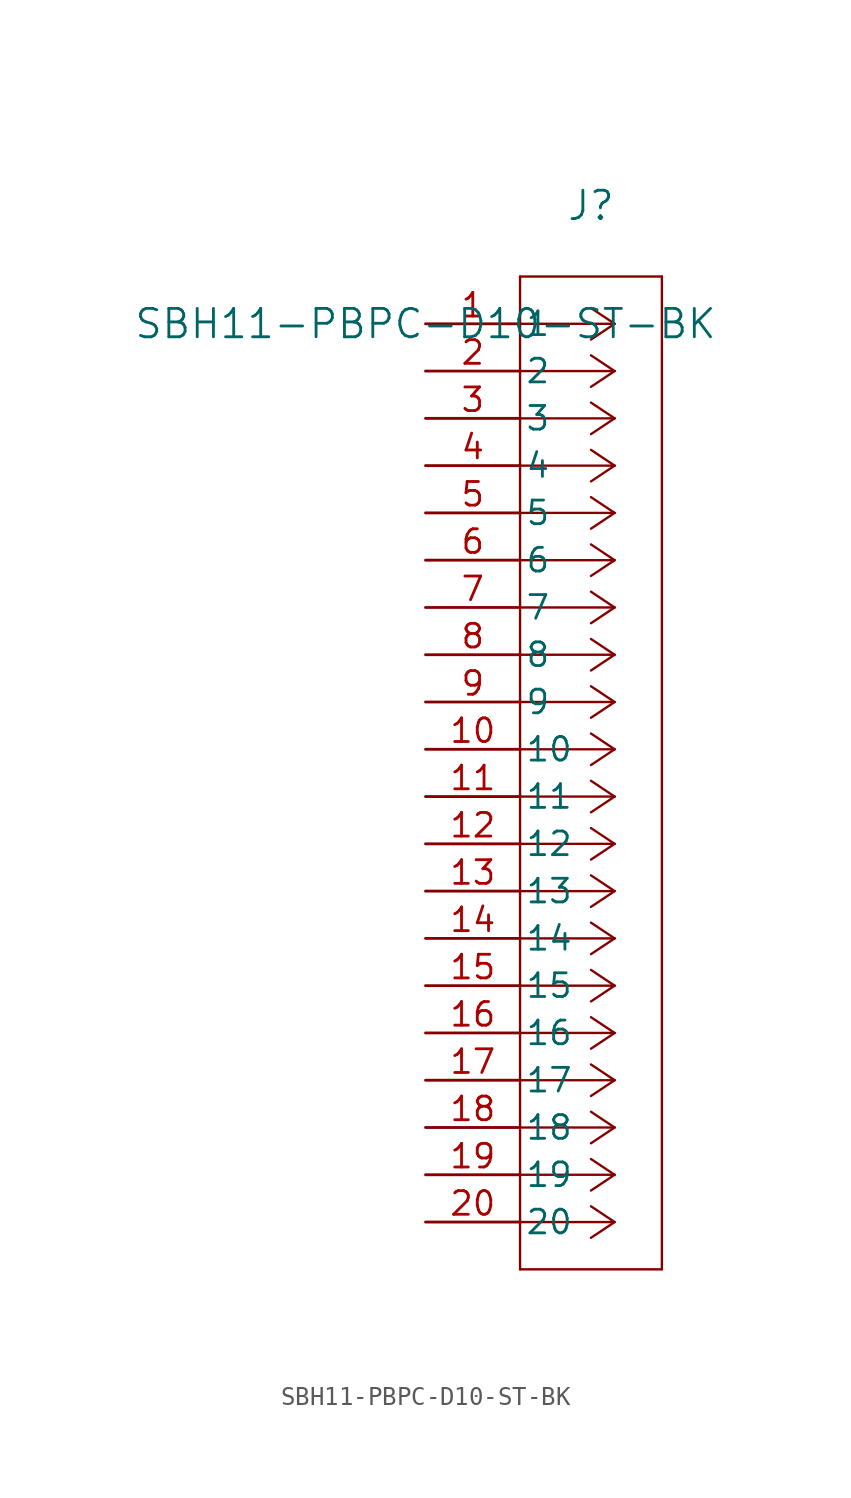
<source format=kicad_sym>
(kicad_symbol_lib
  (version 20211014)
  (generator kicad_symbol_editor)
  (symbol "SBH11-PBPC-D10-ST-BK"
    (pin_names
      (offset 0.254))
    (property "Reference" "J"
      (at 8.89 6.35 0)
      (effects (font (size 1.524 1.524))))
    (property "Value" "SBH11-PBPC-D10-ST-BK"
      (at 0 0 0)
      (effects (font (size 1.524 1.524))))
    (symbol "SBH11-PBPC-D10-ST-BK_0_1"
      (polyline (pts (xy 10.16 0) (xy 5.08 0)) (stroke (width 0.127) (type default) (color 0 0 0 0)) (fill (type none)))
      (polyline (pts (xy 10.16 -2.54) (xy 5.08 -2.54)) (stroke (width 0.127) (type default) (color 0 0 0 0)) (fill (type none)))
      (polyline (pts (xy 10.16 -5.08) (xy 5.08 -5.08)) (stroke (width 0.127) (type default) (color 0 0 0 0)) (fill (type none)))
      (polyline (pts (xy 10.16 -7.62) (xy 5.08 -7.62)) (stroke (width 0.127) (type default) (color 0 0 0 0)) (fill (type none)))
      (polyline (pts (xy 10.16 -10.16) (xy 5.08 -10.16)) (stroke (width 0.127) (type default) (color 0 0 0 0)) (fill (type none)))
      (polyline (pts (xy 10.16 -12.7) (xy 5.08 -12.7)) (stroke (width 0.127) (type default) (color 0 0 0 0)) (fill (type none)))
      (polyline (pts (xy 10.16 -15.24) (xy 5.08 -15.24)) (stroke (width 0.127) (type default) (color 0 0 0 0)) (fill (type none)))
      (polyline (pts (xy 10.16 -17.78) (xy 5.08 -17.78)) (stroke (width 0.127) (type default) (color 0 0 0 0)) (fill (type none)))
      (polyline (pts (xy 10.16 -20.32) (xy 5.08 -20.32)) (stroke (width 0.127) (type default) (color 0 0 0 0)) (fill (type none)))
      (polyline (pts (xy 10.16 -22.86) (xy 5.08 -22.86)) (stroke (width 0.127) (type default) (color 0 0 0 0)) (fill (type none)))
      (polyline (pts (xy 10.16 -25.4) (xy 5.08 -25.4)) (stroke (width 0.127) (type default) (color 0 0 0 0)) (fill (type none)))
      (polyline (pts (xy 10.16 -27.94) (xy 5.08 -27.94)) (stroke (width 0.127) (type default) (color 0 0 0 0)) (fill (type none)))
      (polyline (pts (xy 10.16 -30.48) (xy 5.08 -30.48)) (stroke (width 0.127) (type default) (color 0 0 0 0)) (fill (type none)))
      (polyline (pts (xy 10.16 -33.02) (xy 5.08 -33.02)) (stroke (width 0.127) (type default) (color 0 0 0 0)) (fill (type none)))
      (polyline (pts (xy 10.16 -35.56) (xy 5.08 -35.56)) (stroke (width 0.127) (type default) (color 0 0 0 0)) (fill (type none)))
      (polyline (pts (xy 10.16 -38.1) (xy 5.08 -38.1)) (stroke (width 0.127) (type default) (color 0 0 0 0)) (fill (type none)))
      (polyline (pts (xy 10.16 -40.64) (xy 5.08 -40.64)) (stroke (width 0.127) (type default) (color 0 0 0 0)) (fill (type none)))
      (polyline (pts (xy 10.16 -43.18) (xy 5.08 -43.18)) (stroke (width 0.127) (type default) (color 0 0 0 0)) (fill (type none)))
      (polyline (pts (xy 10.16 -45.72) (xy 5.08 -45.72)) (stroke (width 0.127) (type default) (color 0 0 0 0)) (fill (type none)))
      (polyline (pts (xy 10.16 -48.26) (xy 5.08 -48.26)) (stroke (width 0.127) (type default) (color 0 0 0 0)) (fill (type none)))
      (polyline (pts (xy 10.16 0) (xy 8.89 0.847)) (stroke (width 0.127) (type default) (color 0 0 0 0)) (fill (type none)))
      (polyline (pts (xy 10.16 -2.54) (xy 8.89 -1.693)) (stroke (width 0.127) (type default) (color 0 0 0 0)) (fill (type none)))
      (polyline (pts (xy 10.16 -5.08) (xy 8.89 -4.233)) (stroke (width 0.127) (type default) (color 0 0 0 0)) (fill (type none)))
      (polyline (pts (xy 10.16 -7.62) (xy 8.89 -6.773)) (stroke (width 0.127) (type default) (color 0 0 0 0)) (fill (type none)))
      (polyline (pts (xy 10.16 -10.16) (xy 8.89 -9.313)) (stroke (width 0.127) (type default) (color 0 0 0 0)) (fill (type none)))
      (polyline (pts (xy 10.16 -12.7) (xy 8.89 -11.853)) (stroke (width 0.127) (type default) (color 0 0 0 0)) (fill (type none)))
      (polyline (pts (xy 10.16 -15.24) (xy 8.89 -14.393)) (stroke (width 0.127) (type default) (color 0 0 0 0)) (fill (type none)))
      (polyline (pts (xy 10.16 -17.78) (xy 8.89 -16.933)) (stroke (width 0.127) (type default) (color 0 0 0 0)) (fill (type none)))
      (polyline (pts (xy 10.16 -20.32) (xy 8.89 -19.473)) (stroke (width 0.127) (type default) (color 0 0 0 0)) (fill (type none)))
      (polyline (pts (xy 10.16 -22.86) (xy 8.89 -22.013)) (stroke (width 0.127) (type default) (color 0 0 0 0)) (fill (type none)))
      (polyline (pts (xy 10.16 -25.4) (xy 8.89 -24.553)) (stroke (width 0.127) (type default) (color 0 0 0 0)) (fill (type none)))
      (polyline (pts (xy 10.16 -27.94) (xy 8.89 -27.093)) (stroke (width 0.127) (type default) (color 0 0 0 0)) (fill (type none)))
      (polyline (pts (xy 10.16 -30.48) (xy 8.89 -29.633)) (stroke (width 0.127) (type default) (color 0 0 0 0)) (fill (type none)))
      (polyline (pts (xy 10.16 -33.02) (xy 8.89 -32.173)) (stroke (width 0.127) (type default) (color 0 0 0 0)) (fill (type none)))
      (polyline (pts (xy 10.16 -35.56) (xy 8.89 -34.713)) (stroke (width 0.127) (type default) (color 0 0 0 0)) (fill (type none)))
      (polyline (pts (xy 10.16 -38.1) (xy 8.89 -37.253)) (stroke (width 0.127) (type default) (color 0 0 0 0)) (fill (type none)))
      (polyline (pts (xy 10.16 -40.64) (xy 8.89 -39.793)) (stroke (width 0.127) (type default) (color 0 0 0 0)) (fill (type none)))
      (polyline (pts (xy 10.16 -43.18) (xy 8.89 -42.333)) (stroke (width 0.127) (type default) (color 0 0 0 0)) (fill (type none)))
      (polyline (pts (xy 10.16 -45.72) (xy 8.89 -44.873)) (stroke (width 0.127) (type default) (color 0 0 0 0)) (fill (type none)))
      (polyline (pts (xy 10.16 -48.26) (xy 8.89 -47.413)) (stroke (width 0.127) (type default) (color 0 0 0 0)) (fill (type none)))
      (polyline (pts (xy 10.16 0) (xy 8.89 -0.847)) (stroke (width 0.127) (type default) (color 0 0 0 0)) (fill (type none)))
      (polyline (pts (xy 10.16 -2.54) (xy 8.89 -3.387)) (stroke (width 0.127) (type default) (color 0 0 0 0)) (fill (type none)))
      (polyline (pts (xy 10.16 -5.08) (xy 8.89 -5.927)) (stroke (width 0.127) (type default) (color 0 0 0 0)) (fill (type none)))
      (polyline (pts (xy 10.16 -7.62) (xy 8.89 -8.467)) (stroke (width 0.127) (type default) (color 0 0 0 0)) (fill (type none)))
      (polyline (pts (xy 10.16 -10.16) (xy 8.89 -11.007)) (stroke (width 0.127) (type default) (color 0 0 0 0)) (fill (type none)))
      (polyline (pts (xy 10.16 -12.7) (xy 8.89 -13.547)) (stroke (width 0.127) (type default) (color 0 0 0 0)) (fill (type none)))
      (polyline (pts (xy 10.16 -15.24) (xy 8.89 -16.087)) (stroke (width 0.127) (type default) (color 0 0 0 0)) (fill (type none)))
      (polyline (pts (xy 10.16 -17.78) (xy 8.89 -18.627)) (stroke (width 0.127) (type default) (color 0 0 0 0)) (fill (type none)))
      (polyline (pts (xy 10.16 -20.32) (xy 8.89 -21.167)) (stroke (width 0.127) (type default) (color 0 0 0 0)) (fill (type none)))
      (polyline (pts (xy 10.16 -22.86) (xy 8.89 -23.707)) (stroke (width 0.127) (type default) (color 0 0 0 0)) (fill (type none)))
      (polyline (pts (xy 10.16 -25.4) (xy 8.89 -26.247)) (stroke (width 0.127) (type default) (color 0 0 0 0)) (fill (type none)))
      (polyline (pts (xy 10.16 -27.94) (xy 8.89 -28.787)) (stroke (width 0.127) (type default) (color 0 0 0 0)) (fill (type none)))
      (polyline (pts (xy 10.16 -30.48) (xy 8.89 -31.327)) (stroke (width 0.127) (type default) (color 0 0 0 0)) (fill (type none)))
      (polyline (pts (xy 10.16 -33.02) (xy 8.89 -33.867)) (stroke (width 0.127) (type default) (color 0 0 0 0)) (fill (type none)))
      (polyline (pts (xy 10.16 -35.56) (xy 8.89 -36.407)) (stroke (width 0.127) (type default) (color 0 0 0 0)) (fill (type none)))
      (polyline (pts (xy 10.16 -38.1) (xy 8.89 -38.947)) (stroke (width 0.127) (type default) (color 0 0 0 0)) (fill (type none)))
      (polyline (pts (xy 10.16 -40.64) (xy 8.89 -41.487)) (stroke (width 0.127) (type default) (color 0 0 0 0)) (fill (type none)))
      (polyline (pts (xy 10.16 -43.18) (xy 8.89 -44.027)) (stroke (width 0.127) (type default) (color 0 0 0 0)) (fill (type none)))
      (polyline (pts (xy 10.16 -45.72) (xy 8.89 -46.567)) (stroke (width 0.127) (type default) (color 0 0 0 0)) (fill (type none)))
      (polyline (pts (xy 10.16 -48.26) (xy 8.89 -49.107)) (stroke (width 0.127) (type default) (color 0 0 0 0)) (fill (type none)))
      (polyline (pts (xy 5.08 2.54) (xy 5.08 -50.8)) (stroke (width 0.127) (type default) (color 0 0 0 0)) (fill (type none)))
      (polyline (pts (xy 5.08 -50.8) (xy 12.7 -50.8)) (stroke (width 0.127) (type default) (color 0 0 0 0)) (fill (type none)))
      (polyline (pts (xy 12.7 -50.8) (xy 12.7 2.54)) (stroke (width 0.127) (type default) (color 0 0 0 0)) (fill (type none)))
      (polyline (pts (xy 12.7 2.54) (xy 5.08 2.54)) (stroke (width 0.127) (type default) (color 0 0 0 0)) (fill (type none)))
      (pin unspecified line (at 0 0 0) (length 5.08) (name "1" (effects (font (size 1.27 1.27)))) (number "1" (effects (font (size 1.27 1.27)))))
      (pin unspecified line (at 0 -2.54 0) (length 5.08) (name "2" (effects (font (size 1.27 1.27)))) (number "2" (effects (font (size 1.27 1.27)))))
      (pin unspecified line (at 0 -5.08 0) (length 5.08) (name "3" (effects (font (size 1.27 1.27)))) (number "3" (effects (font (size 1.27 1.27)))))
      (pin unspecified line (at 0 -7.62 0) (length 5.08) (name "4" (effects (font (size 1.27 1.27)))) (number "4" (effects (font (size 1.27 1.27)))))
      (pin unspecified line (at 0 -10.16 0) (length 5.08) (name "5" (effects (font (size 1.27 1.27)))) (number "5" (effects (font (size 1.27 1.27)))))
      (pin unspecified line (at 0 -12.7 0) (length 5.08) (name "6" (effects (font (size 1.27 1.27)))) (number "6" (effects (font (size 1.27 1.27)))))
      (pin unspecified line (at 0 -15.24 0) (length 5.08) (name "7" (effects (font (size 1.27 1.27)))) (number "7" (effects (font (size 1.27 1.27)))))
      (pin unspecified line (at 0 -17.78 0) (length 5.08) (name "8" (effects (font (size 1.27 1.27)))) (number "8" (effects (font (size 1.27 1.27)))))
      (pin unspecified line (at 0 -20.32 0) (length 5.08) (name "9" (effects (font (size 1.27 1.27)))) (number "9" (effects (font (size 1.27 1.27)))))
      (pin unspecified line (at 0 -22.86 0) (length 5.08) (name "10" (effects (font (size 1.27 1.27)))) (number "10" (effects (font (size 1.27 1.27)))))
      (pin unspecified line (at 0 -25.4 0) (length 5.08) (name "11" (effects (font (size 1.27 1.27)))) (number "11" (effects (font (size 1.27 1.27)))))
      (pin unspecified line (at 0 -27.94 0) (length 5.08) (name "12" (effects (font (size 1.27 1.27)))) (number "12" (effects (font (size 1.27 1.27)))))
      (pin unspecified line (at 0 -30.48 0) (length 5.08) (name "13" (effects (font (size 1.27 1.27)))) (number "13" (effects (font (size 1.27 1.27)))))
      (pin unspecified line (at 0 -33.02 0) (length 5.08) (name "14" (effects (font (size 1.27 1.27)))) (number "14" (effects (font (size 1.27 1.27)))))
      (pin unspecified line (at 0 -35.56 0) (length 5.08) (name "15" (effects (font (size 1.27 1.27)))) (number "15" (effects (font (size 1.27 1.27)))))
      (pin unspecified line (at 0 -38.1 0) (length 5.08) (name "16" (effects (font (size 1.27 1.27)))) (number "16" (effects (font (size 1.27 1.27)))))
      (pin unspecified line (at 0 -40.64 0) (length 5.08) (name "17" (effects (font (size 1.27 1.27)))) (number "17" (effects (font (size 1.27 1.27)))))
      (pin unspecified line (at 0 -43.18 0) (length 5.08) (name "18" (effects (font (size 1.27 1.27)))) (number "18" (effects (font (size 1.27 1.27)))))
      (pin unspecified line (at 0 -45.72 0) (length 5.08) (name "19" (effects (font (size 1.27 1.27)))) (number "19" (effects (font (size 1.27 1.27)))))
      (pin unspecified line (at 0 -48.26 0) (length 5.08) (name "20" (effects (font (size 1.27 1.27)))) (number "20" (effects (font (size 1.27 1.27))))))))
</source>
